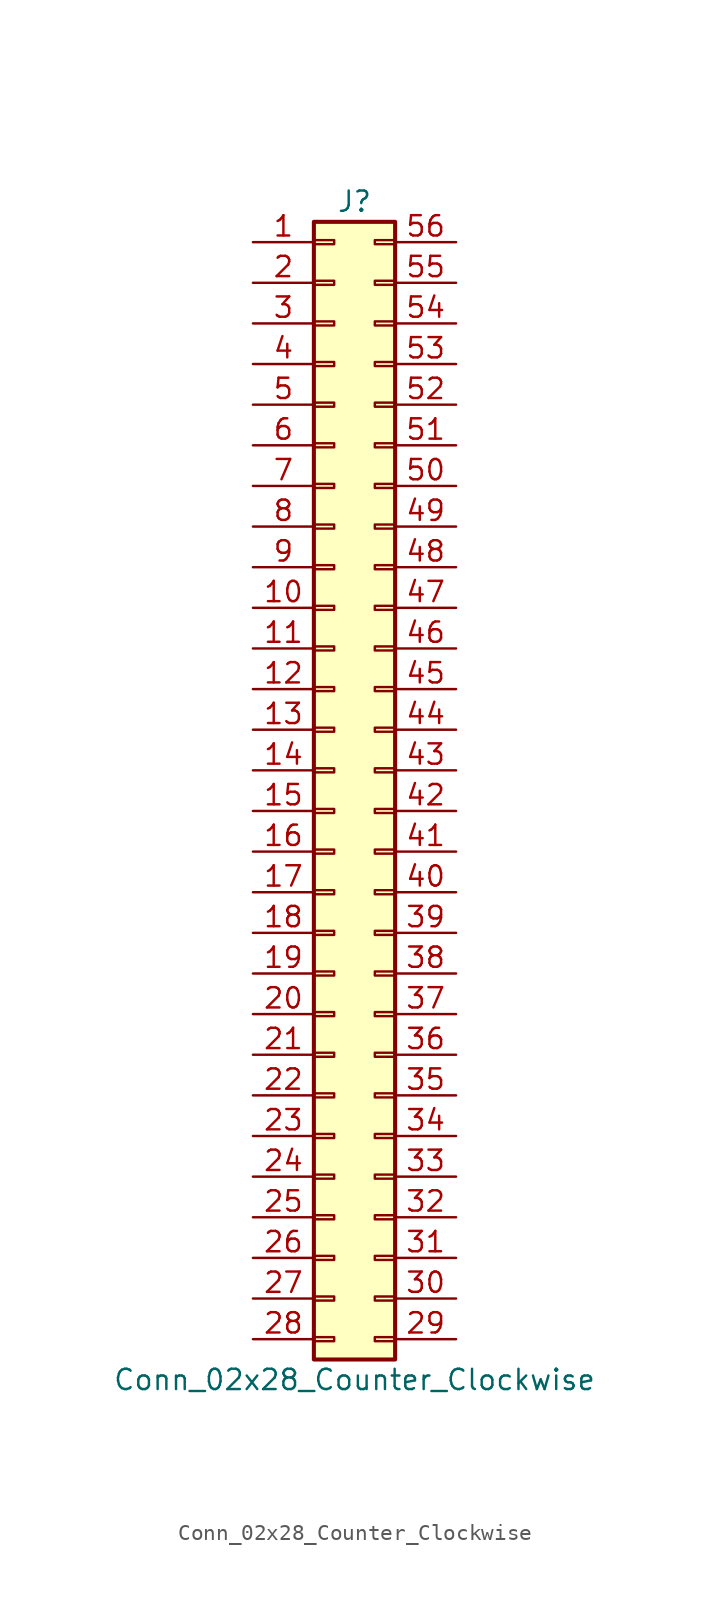
<source format=kicad_sym>
(kicad_symbol_lib
  (version 20201005)
  (generator kicad_symbol_editor)
  (symbol "Conn_02x28_Counter_Clockwise"
    (pin_names
      (offset 1.016) hide)
    (property "Reference" "J"
      (at 1.27 35.56 0)
      (effects (font (size 1.27 1.27))))
    (property "Value" "Conn_02x28_Counter_Clockwise"
      (at 1.27 -38.1 0)
      (effects (font (size 1.27 1.27))))
    (symbol "Conn_02x28_Counter_Clockwise_1_1"
      (rectangle (start -1.27 -35.433) (end 0 -35.687) (stroke (width 0.152)) (fill (type none)))
      (rectangle (start -1.27 -32.893) (end 0 -33.147) (stroke (width 0.152)) (fill (type none)))
      (rectangle (start -1.27 -30.353) (end 0 -30.607) (stroke (width 0.152)) (fill (type none)))
      (rectangle (start -1.27 -27.813) (end 0 -28.067) (stroke (width 0.152)) (fill (type none)))
      (rectangle (start -1.27 -25.273) (end 0 -25.527) (stroke (width 0.152)) (fill (type none)))
      (rectangle (start -1.27 -22.733) (end 0 -22.987) (stroke (width 0.152)) (fill (type none)))
      (rectangle (start -1.27 -20.193) (end 0 -20.447) (stroke (width 0.152)) (fill (type none)))
      (rectangle (start -1.27 -17.653) (end 0 -17.907) (stroke (width 0.152)) (fill (type none)))
      (rectangle (start -1.27 -15.113) (end 0 -15.367) (stroke (width 0.152)) (fill (type none)))
      (rectangle (start -1.27 -12.573) (end 0 -12.827) (stroke (width 0.152)) (fill (type none)))
      (rectangle (start -1.27 -10.033) (end 0 -10.287) (stroke (width 0.152)) (fill (type none)))
      (rectangle (start -1.27 -7.493) (end 0 -7.747) (stroke (width 0.152)) (fill (type none)))
      (rectangle (start -1.27 -4.953) (end 0 -5.207) (stroke (width 0.152)) (fill (type none)))
      (rectangle (start -1.27 -2.413) (end 0 -2.667) (stroke (width 0.152)) (fill (type none)))
      (rectangle (start -1.27 0.127) (end 0 -0.127) (stroke (width 0.152)) (fill (type none)))
      (rectangle (start -1.27 2.667) (end 0 2.413) (stroke (width 0.152)) (fill (type none)))
      (rectangle (start -1.27 5.207) (end 0 4.953) (stroke (width 0.152)) (fill (type none)))
      (rectangle (start -1.27 7.747) (end 0 7.493) (stroke (width 0.152)) (fill (type none)))
      (rectangle (start -1.27 10.287) (end 0 10.033) (stroke (width 0.152)) (fill (type none)))
      (rectangle (start -1.27 12.827) (end 0 12.573) (stroke (width 0.152)) (fill (type none)))
      (rectangle (start -1.27 15.367) (end 0 15.113) (stroke (width 0.152)) (fill (type none)))
      (rectangle (start -1.27 17.907) (end 0 17.653) (stroke (width 0.152)) (fill (type none)))
      (rectangle (start -1.27 20.447) (end 0 20.193) (stroke (width 0.152)) (fill (type none)))
      (rectangle (start -1.27 22.987) (end 0 22.733) (stroke (width 0.152)) (fill (type none)))
      (rectangle (start -1.27 25.527) (end 0 25.273) (stroke (width 0.152)) (fill (type none)))
      (rectangle (start -1.27 28.067) (end 0 27.813) (stroke (width 0.152)) (fill (type none)))
      (rectangle (start -1.27 30.607) (end 0 30.353) (stroke (width 0.152)) (fill (type none)))
      (rectangle (start -1.27 33.147) (end 0 32.893) (stroke (width 0.152)) (fill (type none)))
      (rectangle (start 3.81 -35.433) (end 2.54 -35.687) (stroke (width 0.152)) (fill (type none)))
      (rectangle (start 3.81 -32.893) (end 2.54 -33.147) (stroke (width 0.152)) (fill (type none)))
      (rectangle (start 3.81 -30.353) (end 2.54 -30.607) (stroke (width 0.152)) (fill (type none)))
      (rectangle (start 3.81 -27.813) (end 2.54 -28.067) (stroke (width 0.152)) (fill (type none)))
      (rectangle (start 3.81 -25.273) (end 2.54 -25.527) (stroke (width 0.152)) (fill (type none)))
      (rectangle (start 3.81 -22.733) (end 2.54 -22.987) (stroke (width 0.152)) (fill (type none)))
      (rectangle (start 3.81 -20.193) (end 2.54 -20.447) (stroke (width 0.152)) (fill (type none)))
      (rectangle (start 3.81 -17.653) (end 2.54 -17.907) (stroke (width 0.152)) (fill (type none)))
      (rectangle (start 3.81 -15.113) (end 2.54 -15.367) (stroke (width 0.152)) (fill (type none)))
      (rectangle (start 3.81 -12.573) (end 2.54 -12.827) (stroke (width 0.152)) (fill (type none)))
      (rectangle (start 3.81 -10.033) (end 2.54 -10.287) (stroke (width 0.152)) (fill (type none)))
      (rectangle (start 3.81 -7.493) (end 2.54 -7.747) (stroke (width 0.152)) (fill (type none)))
      (rectangle (start 3.81 -4.953) (end 2.54 -5.207) (stroke (width 0.152)) (fill (type none)))
      (rectangle (start 3.81 -2.413) (end 2.54 -2.667) (stroke (width 0.152)) (fill (type none)))
      (rectangle (start 3.81 0.127) (end 2.54 -0.127) (stroke (width 0.152)) (fill (type none)))
      (rectangle (start 3.81 2.667) (end 2.54 2.413) (stroke (width 0.152)) (fill (type none)))
      (rectangle (start 3.81 5.207) (end 2.54 4.953) (stroke (width 0.152)) (fill (type none)))
      (rectangle (start 3.81 7.747) (end 2.54 7.493) (stroke (width 0.152)) (fill (type none)))
      (rectangle (start 3.81 10.287) (end 2.54 10.033) (stroke (width 0.152)) (fill (type none)))
      (rectangle (start 3.81 12.827) (end 2.54 12.573) (stroke (width 0.152)) (fill (type none)))
      (rectangle (start 3.81 15.367) (end 2.54 15.113) (stroke (width 0.152)) (fill (type none)))
      (rectangle (start 3.81 17.907) (end 2.54 17.653) (stroke (width 0.152)) (fill (type none)))
      (rectangle (start 3.81 20.447) (end 2.54 20.193) (stroke (width 0.152)) (fill (type none)))
      (rectangle (start 3.81 22.987) (end 2.54 22.733) (stroke (width 0.152)) (fill (type none)))
      (rectangle (start 3.81 25.527) (end 2.54 25.273) (stroke (width 0.152)) (fill (type none)))
      (rectangle (start 3.81 28.067) (end 2.54 27.813) (stroke (width 0.152)) (fill (type none)))
      (rectangle (start 3.81 30.607) (end 2.54 30.353) (stroke (width 0.152)) (fill (type none)))
      (rectangle (start 3.81 33.147) (end 2.54 32.893) (stroke (width 0.152)) (fill (type none)))
      (rectangle (start -1.27 34.29) (end 3.81 -36.83) (stroke (width 0.254)) (fill (type background)))
      (pin passive line (at -5.08 33.02 0) (length 3.81) (name "Pin_1" (effects (font (size 1.27 1.27)))) (number "1" (effects (font (size 1.27 1.27)))))
      (pin passive line (at -5.08 10.16 0) (length 3.81) (name "Pin_10" (effects (font (size 1.27 1.27)))) (number "10" (effects (font (size 1.27 1.27)))))
      (pin passive line (at -5.08 7.62 0) (length 3.81) (name "Pin_11" (effects (font (size 1.27 1.27)))) (number "11" (effects (font (size 1.27 1.27)))))
      (pin passive line (at -5.08 5.08 0) (length 3.81) (name "Pin_12" (effects (font (size 1.27 1.27)))) (number "12" (effects (font (size 1.27 1.27)))))
      (pin passive line (at -5.08 2.54 0) (length 3.81) (name "Pin_13" (effects (font (size 1.27 1.27)))) (number "13" (effects (font (size 1.27 1.27)))))
      (pin passive line (at -5.08 0 0) (length 3.81) (name "Pin_14" (effects (font (size 1.27 1.27)))) (number "14" (effects (font (size 1.27 1.27)))))
      (pin passive line (at -5.08 -2.54 0) (length 3.81) (name "Pin_15" (effects (font (size 1.27 1.27)))) (number "15" (effects (font (size 1.27 1.27)))))
      (pin passive line (at -5.08 -5.08 0) (length 3.81) (name "Pin_16" (effects (font (size 1.27 1.27)))) (number "16" (effects (font (size 1.27 1.27)))))
      (pin passive line (at -5.08 -7.62 0) (length 3.81) (name "Pin_17" (effects (font (size 1.27 1.27)))) (number "17" (effects (font (size 1.27 1.27)))))
      (pin passive line (at -5.08 -10.16 0) (length 3.81) (name "Pin_18" (effects (font (size 1.27 1.27)))) (number "18" (effects (font (size 1.27 1.27)))))
      (pin passive line (at -5.08 -12.7 0) (length 3.81) (name "Pin_19" (effects (font (size 1.27 1.27)))) (number "19" (effects (font (size 1.27 1.27)))))
      (pin passive line (at -5.08 30.48 0) (length 3.81) (name "Pin_2" (effects (font (size 1.27 1.27)))) (number "2" (effects (font (size 1.27 1.27)))))
      (pin passive line (at -5.08 -15.24 0) (length 3.81) (name "Pin_20" (effects (font (size 1.27 1.27)))) (number "20" (effects (font (size 1.27 1.27)))))
      (pin passive line (at -5.08 -17.78 0) (length 3.81) (name "Pin_21" (effects (font (size 1.27 1.27)))) (number "21" (effects (font (size 1.27 1.27)))))
      (pin passive line (at -5.08 -20.32 0) (length 3.81) (name "Pin_22" (effects (font (size 1.27 1.27)))) (number "22" (effects (font (size 1.27 1.27)))))
      (pin passive line (at -5.08 -22.86 0) (length 3.81) (name "Pin_23" (effects (font (size 1.27 1.27)))) (number "23" (effects (font (size 1.27 1.27)))))
      (pin passive line (at -5.08 -25.4 0) (length 3.81) (name "Pin_24" (effects (font (size 1.27 1.27)))) (number "24" (effects (font (size 1.27 1.27)))))
      (pin passive line (at -5.08 -27.94 0) (length 3.81) (name "Pin_25" (effects (font (size 1.27 1.27)))) (number "25" (effects (font (size 1.27 1.27)))))
      (pin passive line (at -5.08 -30.48 0) (length 3.81) (name "Pin_26" (effects (font (size 1.27 1.27)))) (number "26" (effects (font (size 1.27 1.27)))))
      (pin passive line (at -5.08 -33.02 0) (length 3.81) (name "Pin_27" (effects (font (size 1.27 1.27)))) (number "27" (effects (font (size 1.27 1.27)))))
      (pin passive line (at -5.08 -35.56 0) (length 3.81) (name "Pin_28" (effects (font (size 1.27 1.27)))) (number "28" (effects (font (size 1.27 1.27)))))
      (pin passive line (at 7.62 -35.56 180) (length 3.81) (name "Pin_29" (effects (font (size 1.27 1.27)))) (number "29" (effects (font (size 1.27 1.27)))))
      (pin passive line (at -5.08 27.94 0) (length 3.81) (name "Pin_3" (effects (font (size 1.27 1.27)))) (number "3" (effects (font (size 1.27 1.27)))))
      (pin passive line (at 7.62 -33.02 180) (length 3.81) (name "Pin_30" (effects (font (size 1.27 1.27)))) (number "30" (effects (font (size 1.27 1.27)))))
      (pin passive line (at 7.62 -30.48 180) (length 3.81) (name "Pin_31" (effects (font (size 1.27 1.27)))) (number "31" (effects (font (size 1.27 1.27)))))
      (pin passive line (at 7.62 -27.94 180) (length 3.81) (name "Pin_32" (effects (font (size 1.27 1.27)))) (number "32" (effects (font (size 1.27 1.27)))))
      (pin passive line (at 7.62 -25.4 180) (length 3.81) (name "Pin_33" (effects (font (size 1.27 1.27)))) (number "33" (effects (font (size 1.27 1.27)))))
      (pin passive line (at 7.62 -22.86 180) (length 3.81) (name "Pin_34" (effects (font (size 1.27 1.27)))) (number "34" (effects (font (size 1.27 1.27)))))
      (pin passive line (at 7.62 -20.32 180) (length 3.81) (name "Pin_35" (effects (font (size 1.27 1.27)))) (number "35" (effects (font (size 1.27 1.27)))))
      (pin passive line (at 7.62 -17.78 180) (length 3.81) (name "Pin_36" (effects (font (size 1.27 1.27)))) (number "36" (effects (font (size 1.27 1.27)))))
      (pin passive line (at 7.62 -15.24 180) (length 3.81) (name "Pin_37" (effects (font (size 1.27 1.27)))) (number "37" (effects (font (size 1.27 1.27)))))
      (pin passive line (at 7.62 -12.7 180) (length 3.81) (name "Pin_38" (effects (font (size 1.27 1.27)))) (number "38" (effects (font (size 1.27 1.27)))))
      (pin passive line (at 7.62 -10.16 180) (length 3.81) (name "Pin_39" (effects (font (size 1.27 1.27)))) (number "39" (effects (font (size 1.27 1.27)))))
      (pin passive line (at -5.08 25.4 0) (length 3.81) (name "Pin_4" (effects (font (size 1.27 1.27)))) (number "4" (effects (font (size 1.27 1.27)))))
      (pin passive line (at 7.62 -7.62 180) (length 3.81) (name "Pin_40" (effects (font (size 1.27 1.27)))) (number "40" (effects (font (size 1.27 1.27)))))
      (pin passive line (at 7.62 -5.08 180) (length 3.81) (name "Pin_41" (effects (font (size 1.27 1.27)))) (number "41" (effects (font (size 1.27 1.27)))))
      (pin passive line (at 7.62 -2.54 180) (length 3.81) (name "Pin_42" (effects (font (size 1.27 1.27)))) (number "42" (effects (font (size 1.27 1.27)))))
      (pin passive line (at 7.62 0 180) (length 3.81) (name "Pin_43" (effects (font (size 1.27 1.27)))) (number "43" (effects (font (size 1.27 1.27)))))
      (pin passive line (at 7.62 2.54 180) (length 3.81) (name "Pin_44" (effects (font (size 1.27 1.27)))) (number "44" (effects (font (size 1.27 1.27)))))
      (pin passive line (at 7.62 5.08 180) (length 3.81) (name "Pin_45" (effects (font (size 1.27 1.27)))) (number "45" (effects (font (size 1.27 1.27)))))
      (pin passive line (at 7.62 7.62 180) (length 3.81) (name "Pin_46" (effects (font (size 1.27 1.27)))) (number "46" (effects (font (size 1.27 1.27)))))
      (pin passive line (at 7.62 10.16 180) (length 3.81) (name "Pin_47" (effects (font (size 1.27 1.27)))) (number "47" (effects (font (size 1.27 1.27)))))
      (pin passive line (at 7.62 12.7 180) (length 3.81) (name "Pin_48" (effects (font (size 1.27 1.27)))) (number "48" (effects (font (size 1.27 1.27)))))
      (pin passive line (at 7.62 15.24 180) (length 3.81) (name "Pin_49" (effects (font (size 1.27 1.27)))) (number "49" (effects (font (size 1.27 1.27)))))
      (pin passive line (at -5.08 22.86 0) (length 3.81) (name "Pin_5" (effects (font (size 1.27 1.27)))) (number "5" (effects (font (size 1.27 1.27)))))
      (pin passive line (at 7.62 17.78 180) (length 3.81) (name "Pin_50" (effects (font (size 1.27 1.27)))) (number "50" (effects (font (size 1.27 1.27)))))
      (pin passive line (at 7.62 20.32 180) (length 3.81) (name "Pin_51" (effects (font (size 1.27 1.27)))) (number "51" (effects (font (size 1.27 1.27)))))
      (pin passive line (at 7.62 22.86 180) (length 3.81) (name "Pin_52" (effects (font (size 1.27 1.27)))) (number "52" (effects (font (size 1.27 1.27)))))
      (pin passive line (at 7.62 25.4 180) (length 3.81) (name "Pin_53" (effects (font (size 1.27 1.27)))) (number "53" (effects (font (size 1.27 1.27)))))
      (pin passive line (at 7.62 27.94 180) (length 3.81) (name "Pin_54" (effects (font (size 1.27 1.27)))) (number "54" (effects (font (size 1.27 1.27)))))
      (pin passive line (at 7.62 30.48 180) (length 3.81) (name "Pin_55" (effects (font (size 1.27 1.27)))) (number "55" (effects (font (size 1.27 1.27)))))
      (pin passive line (at 7.62 33.02 180) (length 3.81) (name "Pin_56" (effects (font (size 1.27 1.27)))) (number "56" (effects (font (size 1.27 1.27)))))
      (pin passive line (at -5.08 20.32 0) (length 3.81) (name "Pin_6" (effects (font (size 1.27 1.27)))) (number "6" (effects (font (size 1.27 1.27)))))
      (pin passive line (at -5.08 17.78 0) (length 3.81) (name "Pin_7" (effects (font (size 1.27 1.27)))) (number "7" (effects (font (size 1.27 1.27)))))
      (pin passive line (at -5.08 15.24 0) (length 3.81) (name "Pin_8" (effects (font (size 1.27 1.27)))) (number "8" (effects (font (size 1.27 1.27)))))
      (pin passive line (at -5.08 12.7 0) (length 3.81) (name "Pin_9" (effects (font (size 1.27 1.27)))) (number "9" (effects (font (size 1.27 1.27))))))))
</source>
